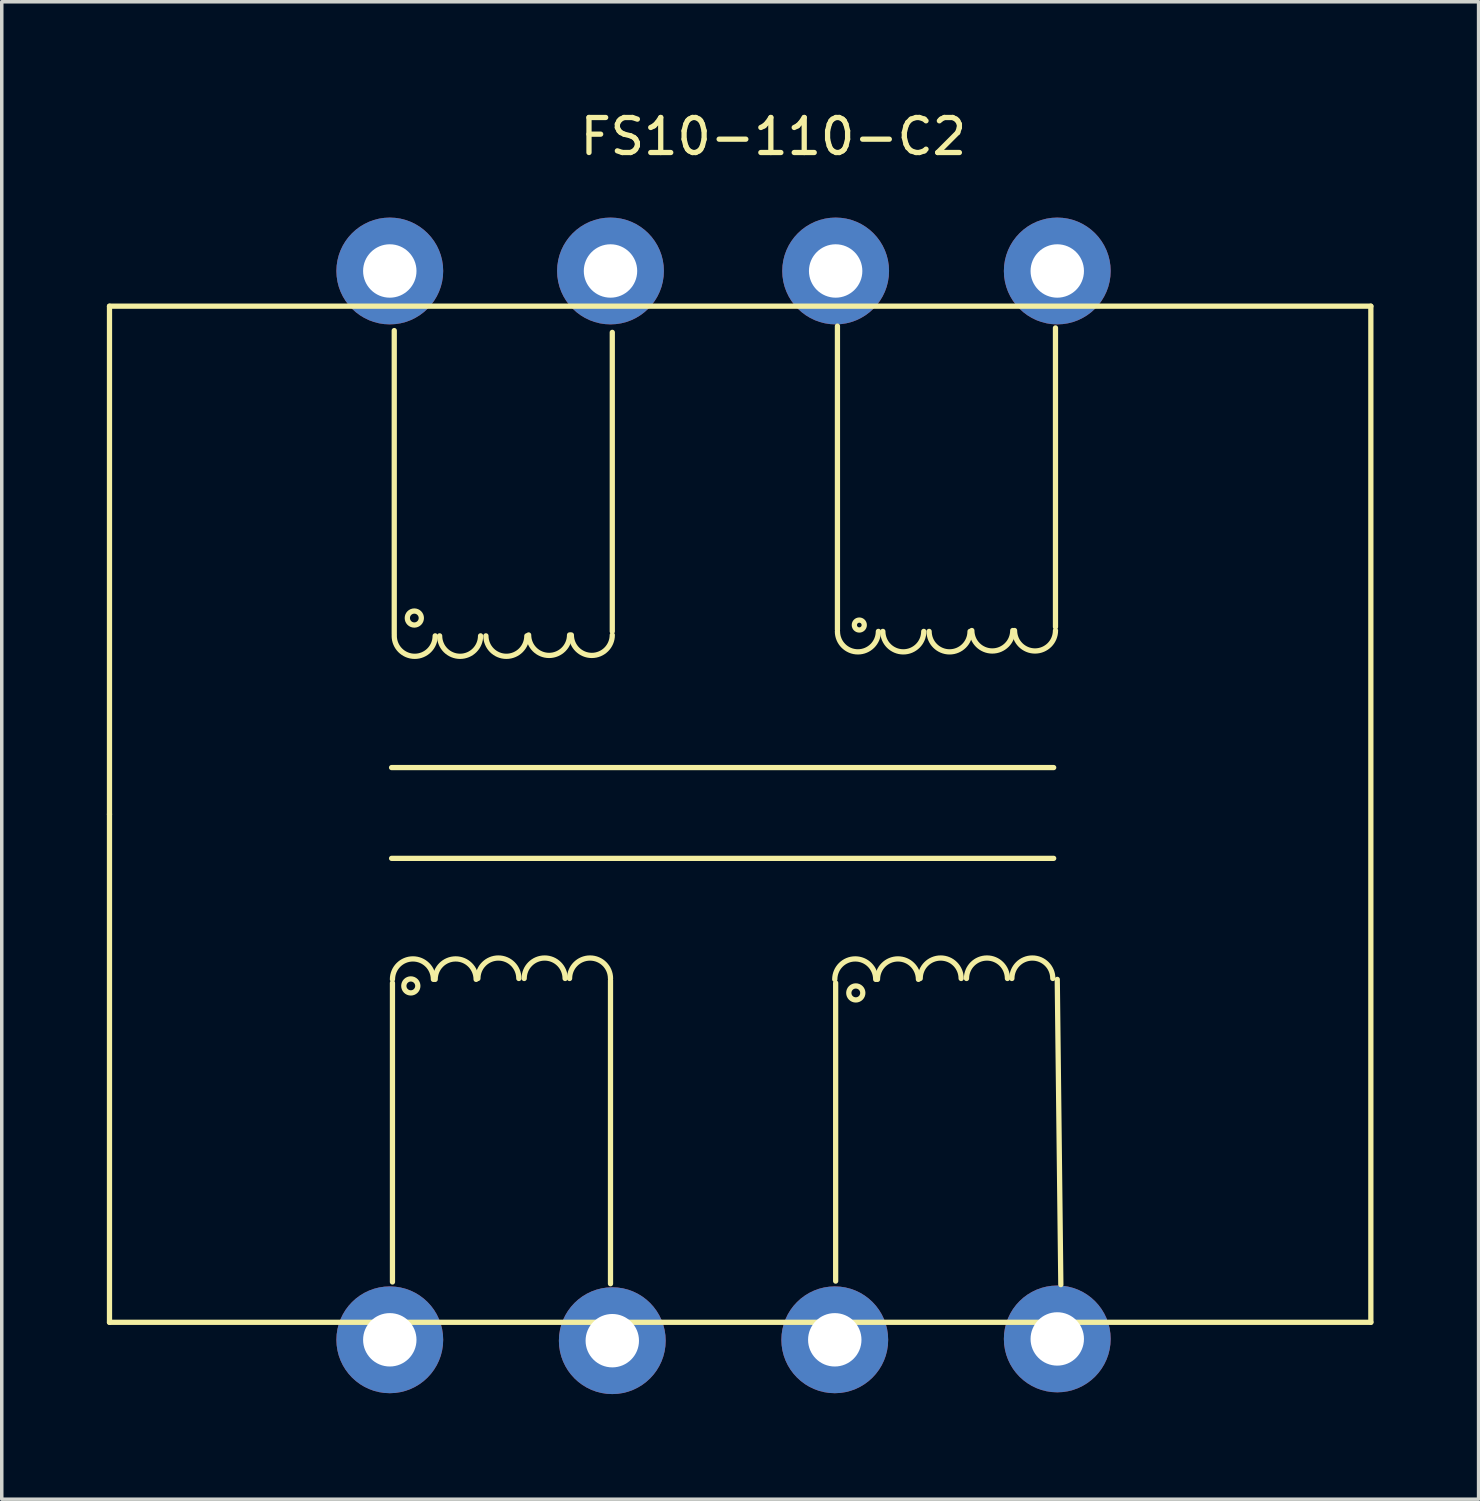
<source format=kicad_pcb>
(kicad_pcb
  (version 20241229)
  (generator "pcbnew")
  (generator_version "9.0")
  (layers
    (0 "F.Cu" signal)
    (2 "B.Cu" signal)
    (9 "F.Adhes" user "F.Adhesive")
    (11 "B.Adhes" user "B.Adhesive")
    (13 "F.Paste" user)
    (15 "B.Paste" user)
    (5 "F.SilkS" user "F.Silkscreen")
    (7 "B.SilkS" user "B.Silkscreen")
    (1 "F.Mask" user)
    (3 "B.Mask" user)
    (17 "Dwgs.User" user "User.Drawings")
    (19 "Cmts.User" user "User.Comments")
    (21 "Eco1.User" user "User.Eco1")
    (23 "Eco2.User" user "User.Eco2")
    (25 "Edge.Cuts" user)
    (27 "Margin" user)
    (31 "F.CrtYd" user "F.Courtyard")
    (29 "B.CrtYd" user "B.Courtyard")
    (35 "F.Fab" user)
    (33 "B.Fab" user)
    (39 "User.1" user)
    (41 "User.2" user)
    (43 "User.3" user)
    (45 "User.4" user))
  (footprint "FS10-110-C2"
    (layer "F.Cu")
    (at 8.075 35.189)
    (property "Reference" "FS10-110-C2" (at 10.947 -34.341 0) (layer "F.SilkS") (effects (font (size 1 1) (thickness 0.15))))
    (attr through_hole)
    (fp_line (start -8 -29.5) (end -8 -15) (stroke (width 0.15) (type solid)) (layer "F.SilkS"))
    (fp_line (start -8 -15) (end -8 -0.5) (stroke (width 0.15) (type solid)) (layer "F.SilkS"))
    (fp_line (start -8 -0.5) (end 28 -0.5) (stroke (width 0.15) (type solid)) (layer "F.SilkS"))
    (fp_line (start 0.051 -16.332) (end 18.948 -16.332) (stroke (width 0.15) (type solid)) (layer "F.SilkS"))
    (fp_line (start 0.051 -13.741) (end 18.948 -13.741) (stroke (width 0.15) (type solid)) (layer "F.SilkS"))
    (fp_line (start 0.076 -1.651) (end 0.076 -10.185) (stroke (width 0.15) (type solid)) (layer "F.SilkS"))
    (fp_line (start 0.127 -28.804) (end 0.127 -20.142) (stroke (width 0.15) (type solid)) (layer "F.SilkS"))
    (fp_line (start 6.299 -1.6) (end 6.299 -10.262) (stroke (width 0.15) (type solid)) (layer "F.SilkS"))
    (fp_line (start 6.35 -28.753) (end 6.35 -20.218) (stroke (width 0.15) (type solid)) (layer "F.SilkS"))
    (fp_line (start 12.725 -1.676) (end 12.725 -10.185) (stroke (width 0.15) (type solid)) (layer "F.SilkS"))
    (fp_line (start 12.776 -28.931) (end 12.776 -20.269) (stroke (width 0.15) (type solid)) (layer "F.SilkS"))
    (fp_line (start 18.999 -28.88) (end 18.999 -20.345) (stroke (width 0.15) (type solid)) (layer "F.SilkS"))
    (fp_line (start 19.152 -1.575) (end 19.05 -10.287) (stroke (width 0.15) (type solid)) (layer "F.SilkS"))
    (fp_line (start 28 -29.5) (end -8 -29.5) (stroke (width 0.15) (type solid)) (layer "F.SilkS"))
    (fp_line (start 28 -0.5) (end 28 -29.5) (stroke (width 0.15) (type solid)) (layer "F.SilkS"))
    (fp_arc (start 0.0762 -10.286999) (mid 0.6604 -10.8712) (end 1.2446 -10.287) (stroke (width 0.15) (type solid)) (layer "F.SilkS"))
    (fp_arc (start 1.2954 -20.091401) (mid 0.7112 -19.5072) (end 0.127 -20.0914) (stroke (width 0.15) (type solid)) (layer "F.SilkS"))
    (fp_arc (start 1.2954 -10.286999) (mid 1.8796 -10.8712) (end 2.4638 -10.287) (stroke (width 0.15) (type solid)) (layer "F.SilkS"))
    (fp_arc (start 2.5146 -10.312399) (mid 3.0988 -10.8966) (end 3.683 -10.3124) (stroke (width 0.15) (type solid)) (layer "F.SilkS"))
    (fp_arc (start 2.5908 -20.091401) (mid 2.0066 -19.5072) (end 1.4224 -20.0914) (stroke (width 0.15) (type solid)) (layer "F.SilkS"))
    (fp_arc (start 3.8354 -10.312399) (mid 4.4196 -10.8966) (end 5.0038 -10.3124) (stroke (width 0.15) (type solid)) (layer "F.SilkS"))
    (fp_arc (start 3.9116 -20.091401) (mid 3.3274 -19.5072) (end 2.7432 -20.0914) (stroke (width 0.15) (type solid)) (layer "F.SilkS"))
    (fp_arc (start 5.1308 -20.116801) (mid 4.5466 -19.5326) (end 3.9624 -20.1168) (stroke (width 0.15) (type solid)) (layer "F.SilkS"))
    (fp_arc (start 5.1308 -10.312399) (mid 5.715 -10.8966) (end 6.2992 -10.3124) (stroke (width 0.15) (type solid)) (layer "F.SilkS"))
    (fp_arc (start 6.35 -20.116801) (mid 5.7658 -19.5326) (end 5.1816 -20.1168) (stroke (width 0.15) (type solid)) (layer "F.SilkS"))
    (fp_arc (start 12.7 -10.286999) (mid 13.2842 -10.8712) (end 13.8684 -10.287) (stroke (width 0.15) (type solid)) (layer "F.SilkS"))
    (fp_arc (start 13.9192 -10.286999) (mid 14.5034 -10.8712) (end 15.0876 -10.287) (stroke (width 0.15) (type solid)) (layer "F.SilkS"))
    (fp_arc (start 13.9446 -20.218401) (mid 13.3604 -19.6342) (end 12.7762 -20.2184) (stroke (width 0.15) (type solid)) (layer "F.SilkS"))
    (fp_arc (start 15.1384 -10.312399) (mid 15.7226 -10.8966) (end 16.3068 -10.3124) (stroke (width 0.15) (type solid)) (layer "F.SilkS"))
    (fp_arc (start 15.24 -20.218401) (mid 14.6558 -19.6342) (end 14.0716 -20.2184) (stroke (width 0.15) (type solid)) (layer "F.SilkS"))
    (fp_arc (start 16.4592 -10.312399) (mid 17.0434 -10.8966) (end 17.6276 -10.3124) (stroke (width 0.15) (type solid)) (layer "F.SilkS"))
    (fp_arc (start 16.5608 -20.218401) (mid 15.9766 -19.6342) (end 15.3924 -20.2184) (stroke (width 0.15) (type solid)) (layer "F.SilkS"))
    (fp_arc (start 17.7546 -10.312399) (mid 18.3388 -10.8966) (end 18.923 -10.3124) (stroke (width 0.15) (type solid)) (layer "F.SilkS"))
    (fp_arc (start 17.78 -20.243801) (mid 17.1958 -19.6596) (end 16.6116 -20.2438) (stroke (width 0.15) (type solid)) (layer "F.SilkS"))
    (fp_arc (start 18.9992 -20.243801) (mid 18.415 -19.6596) (end 17.8308 -20.2438) (stroke (width 0.15) (type solid)) (layer "F.SilkS"))
    (fp_circle (center 0.6 -10.1) (end 0.6 -10.3) (stroke (width 0.15) (type solid)) (fill no) (layer "F.SilkS"))
    (fp_circle (center 0.7 -20.6) (end 0.7 -20.8) (stroke (width 0.15) (type solid)) (fill no) (layer "F.SilkS"))
    (fp_circle (center 13.3 -9.9) (end 13.3 -10.1) (stroke (width 0.15) (type solid)) (fill no) (layer "F.SilkS"))
    (fp_circle (center 13.4 -20.4) (end 13.3 -20.5) (stroke (width 0.15) (type solid)) (fill no) (layer "F.SilkS"))
    (pad "1" thru_hole circle (at 0 0) (size 3.048 3.048) (drill 1.524) (layers "*.Cu" "*.Mask"))
    (pad "2" thru_hole circle (at 6.35 0.025) (size 3.048 3.048) (drill 1.524) (layers "*.Cu" "*.Mask"))
    (pad "3" thru_hole circle (at 12.7 0) (size 3.048 3.048) (drill 1.524) (layers "*.Cu" "*.Mask"))
    (pad "4" thru_hole circle (at 19.05 -0.025) (size 3.048 3.048) (drill 1.524) (layers "*.Cu" "*.Mask"))
    (pad "5" thru_hole circle (at 0 -30.505) (size 3.048 3.048) (drill 1.524) (layers "*.Cu" "*.Mask"))
    (pad "6" thru_hole circle (at 6.299 -30.505) (size 3.048 3.048) (drill 1.524) (layers "*.Cu" "*.Mask"))
    (pad "7" thru_hole circle (at 12.725 -30.505) (size 3.048 3.048) (drill 1.524) (layers "*.Cu" "*.Mask"))
    (pad "8" thru_hole circle (at 19.05 -30.505) (size 3.048 3.048) (drill 1.524) (layers "*.Cu" "*.Mask")))
  (gr_rect
    (start -3 -3)
    (end 39.15 39.738)
    (stroke (width 0.1) (type default))
    (fill no)
    (layer "Edge.Cuts")))
</source>
